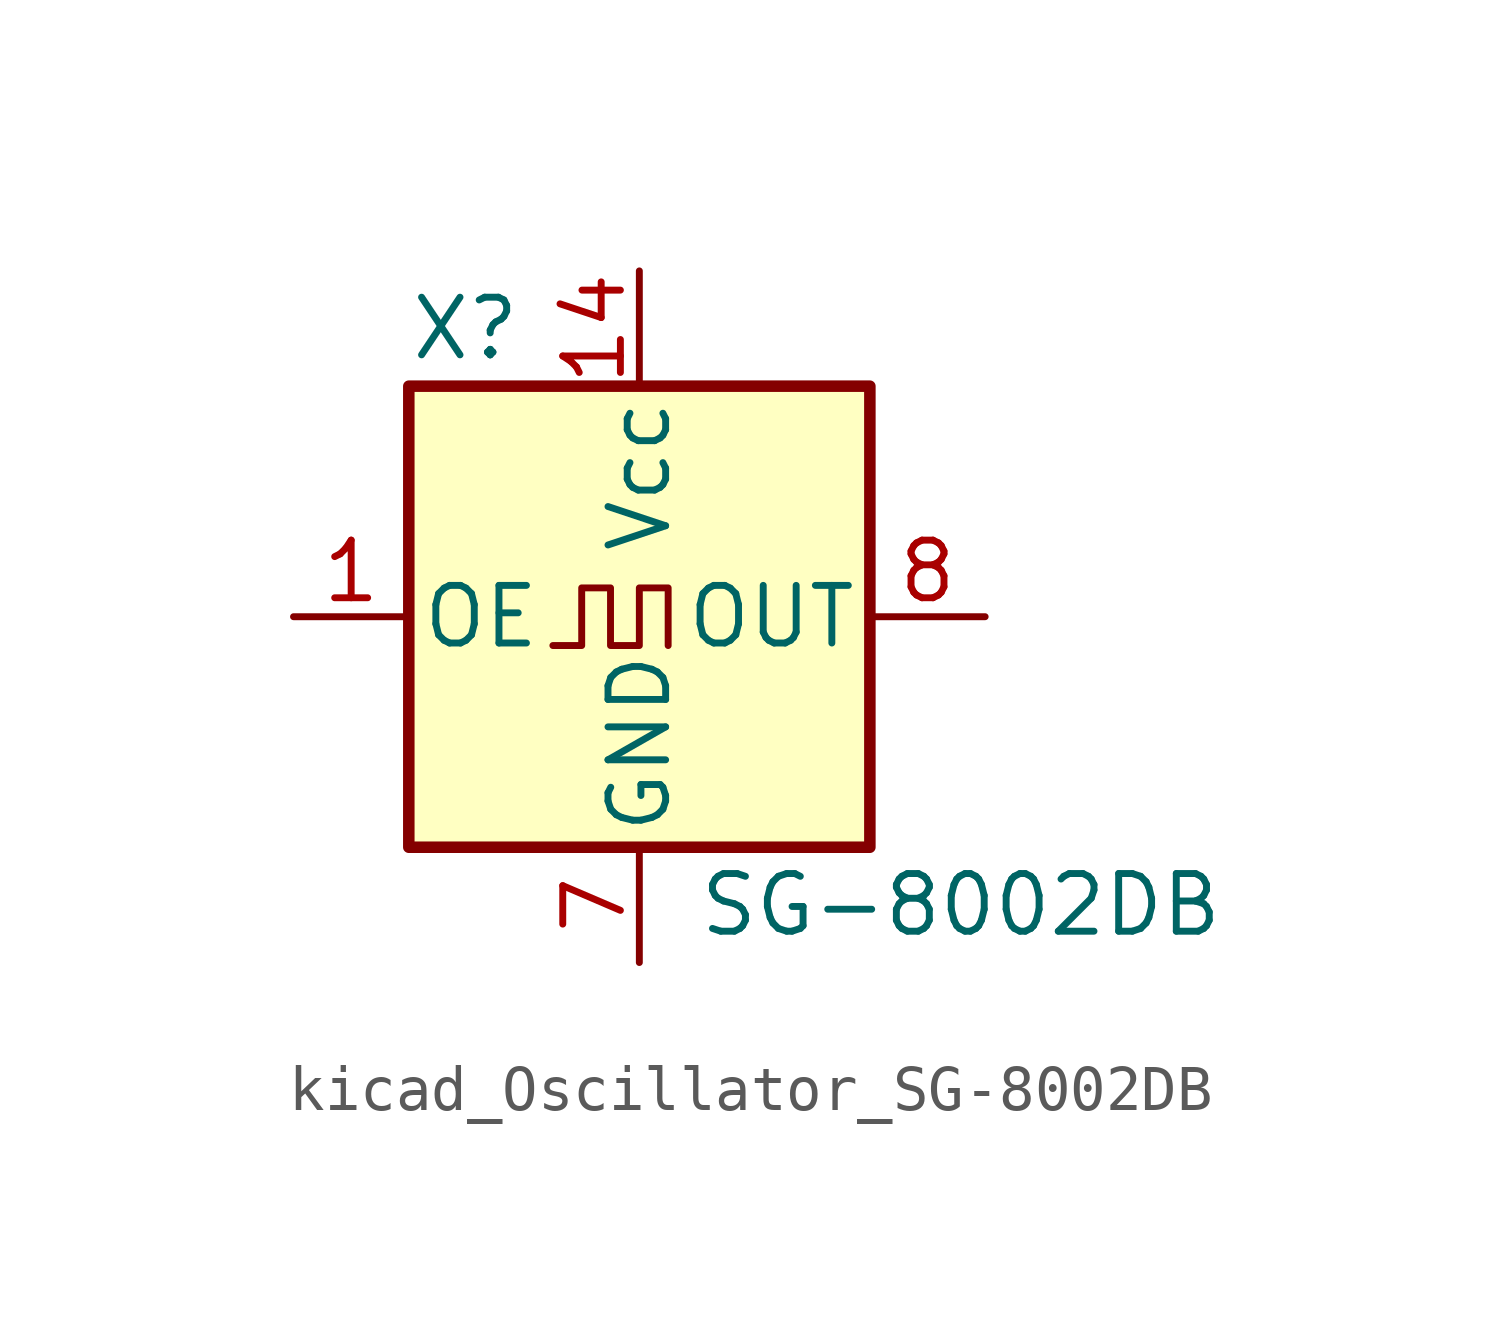
<source format=kicad_sym>
(kicad_symbol_lib
  (version 20220914)
  (generator kicad_symbol_editor)
  (symbol "kicad_Oscillator_SG-8002DB"
    (pin_names
      (offset 0.254))
    (property "Reference" "X"
      (at -5.08 6.35 0)
      (effects (font (size 1.27 1.27)) (justify left)))
    (property "Value" "SG-8002DB"
      (at 1.27 -6.35 0)
      (effects (font (size 1.27 1.27)) (justify left)))
    (symbol "kicad_Oscillator_SG-8002DB_0_1"
      (rectangle (start -5.08 5.08) (end 5.08 -5.08) (stroke (width 0.254) (type default)) (fill (type background)))
      (polyline (pts (xy -1.905 -0.635) (xy -1.27 -0.635) (xy -1.27 0.635) (xy -0.635 0.635) (xy -0.635 -0.635) (xy 0 -0.635) (xy 0 0.635) (xy 0.635 0.635) (xy 0.635 -0.635)) (stroke (width 0) (type default)) (fill (type none))))
    (symbol "kicad_Oscillator_SG-8002DB_1_1"
      (pin input line (at -7.62 0 0) (length 2.54) (name "OE" (effects (font (size 1.27 1.27)))) (number "1" (effects (font (size 1.27 1.27)))))
      (pin power_in line (at 0 7.62 270) (length 2.54) (name "Vcc" (effects (font (size 1.27 1.27)))) (number "14" (effects (font (size 1.27 1.27)))))
      (pin power_in line (at 0 -7.62 90) (length 2.54) (name "GND" (effects (font (size 1.27 1.27)))) (number "7" (effects (font (size 1.27 1.27)))))
      (pin output line (at 7.62 0 180) (length 2.54) (name "OUT" (effects (font (size 1.27 1.27)))) (number "8" (effects (font (size 1.27 1.27))))))))
</source>
